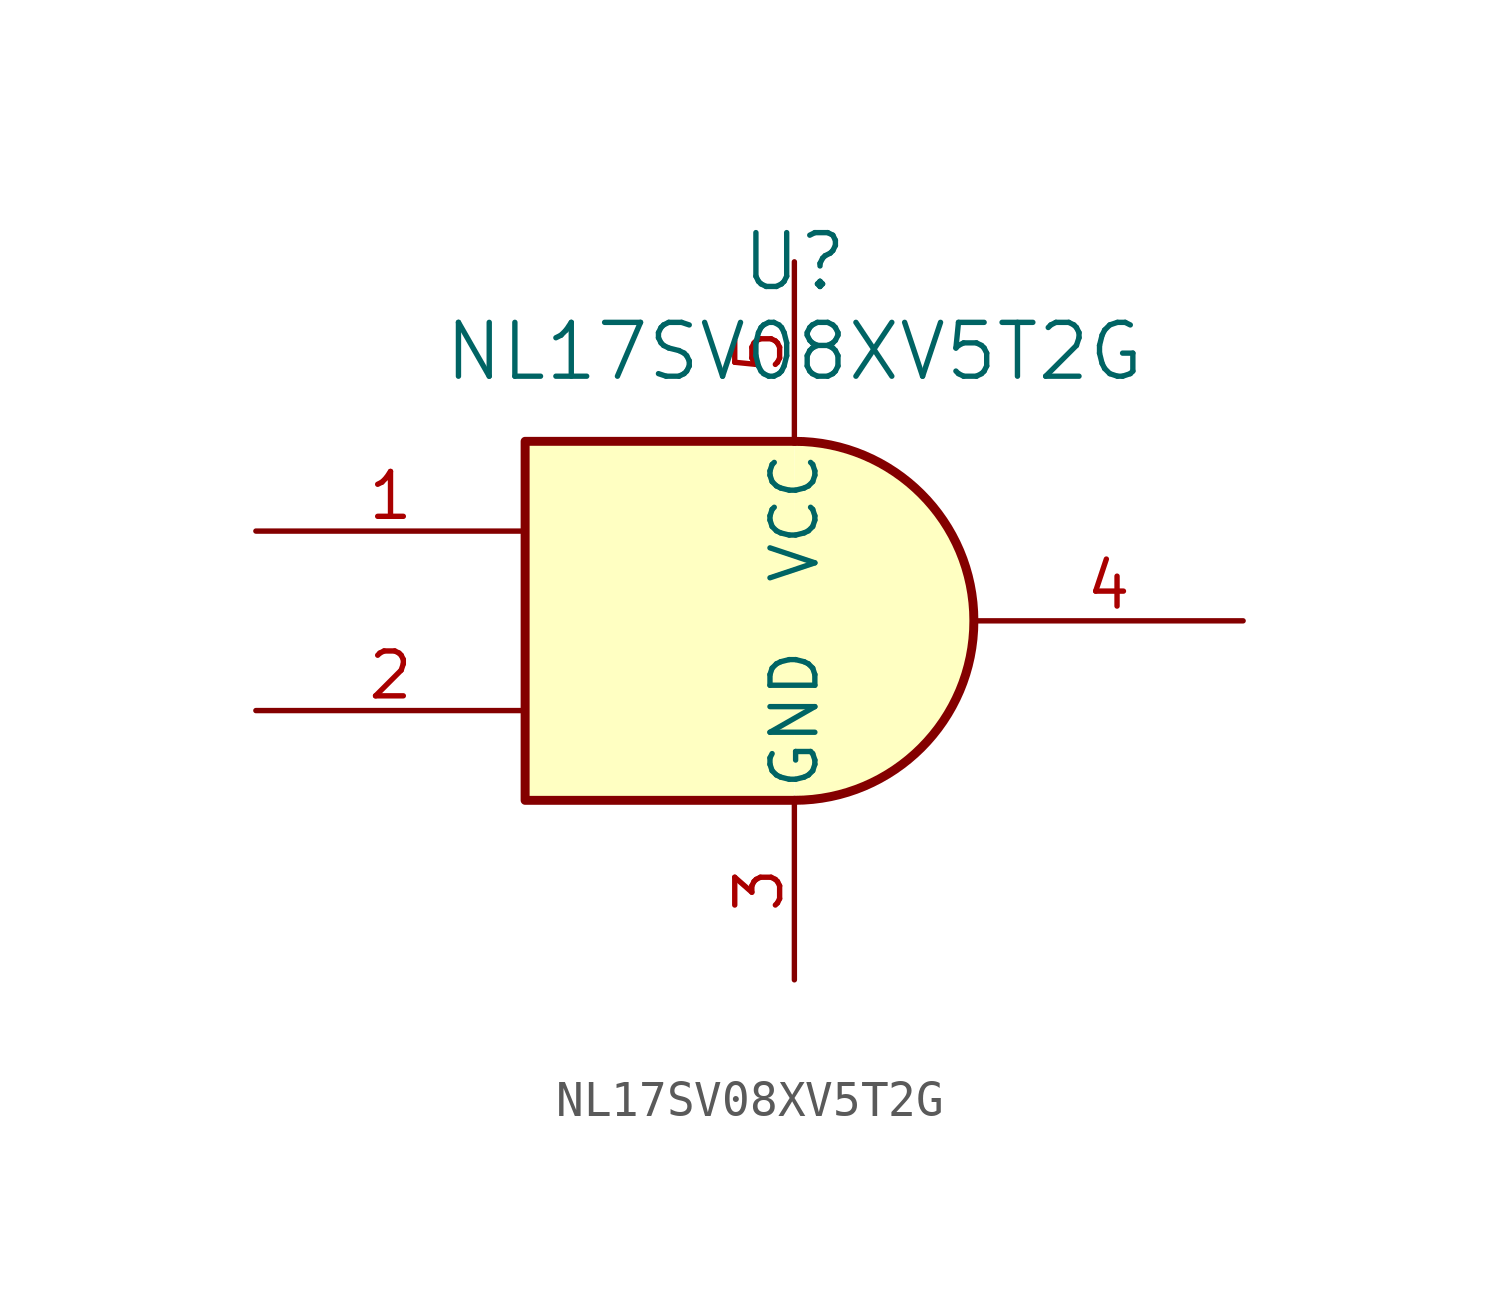
<source format=kicad_sym>
(kicad_symbol_lib
  (version 20220914)
  (generator kicad_symbol_editor)
  (symbol "NL17SV08XV5T2G"
    (pin_names
      (offset 0.254))
    (property "Reference" "U"
      (at 0 10.16 0)
      (effects (font (size 1.524 1.524))))
    (property "Value" "NL17SV08XV5T2G"
      (at 0 7.62 0)
      (effects (font (size 1.524 1.524))))
    (property "ki_locked" ""
      (at 0 0 0)
      (effects (font (size 1.27 1.27))))
    (symbol "NL17SV08XV5T2G_0_1"
      (arc (start 0 -5.08) (mid 5.0579 0) (end 0 5.08) (stroke (width 0.254) (type default)) (fill (type background)))
      (polyline (pts (xy 0 -5.08) (xy -7.62 -5.08) (xy -7.62 5.08) (xy 0 5.08)) (stroke (width 0.254) (type default)) (fill (type background))))
    (symbol "NL17SV08XV5T2G_1_1"
      (pin input line (at -15.24 2.54 0) (length 7.62) (name "~" (effects (font (size 1.27 1.27)))) (number "1" (effects (font (size 1.27 1.27)))))
      (pin input line (at -15.24 -2.54 0) (length 7.62) (name "~" (effects (font (size 1.27 1.27)))) (number "2" (effects (font (size 1.27 1.27)))))
      (pin power_in line (at 0 -10.16 90) (length 5.08) (name "GND" (effects (font (size 1.27 1.27)))) (number "3" (effects (font (size 1.27 1.27)))))
      (pin output line (at 12.7 0 180) (length 7.62) (name "~" (effects (font (size 1.27 1.27)))) (number "4" (effects (font (size 1.27 1.27)))))
      (pin power_in line (at 0 10.16 270) (length 5.08) (name "VCC" (effects (font (size 1.27 1.27)))) (number "5" (effects (font (size 1.27 1.27))))))))
</source>
